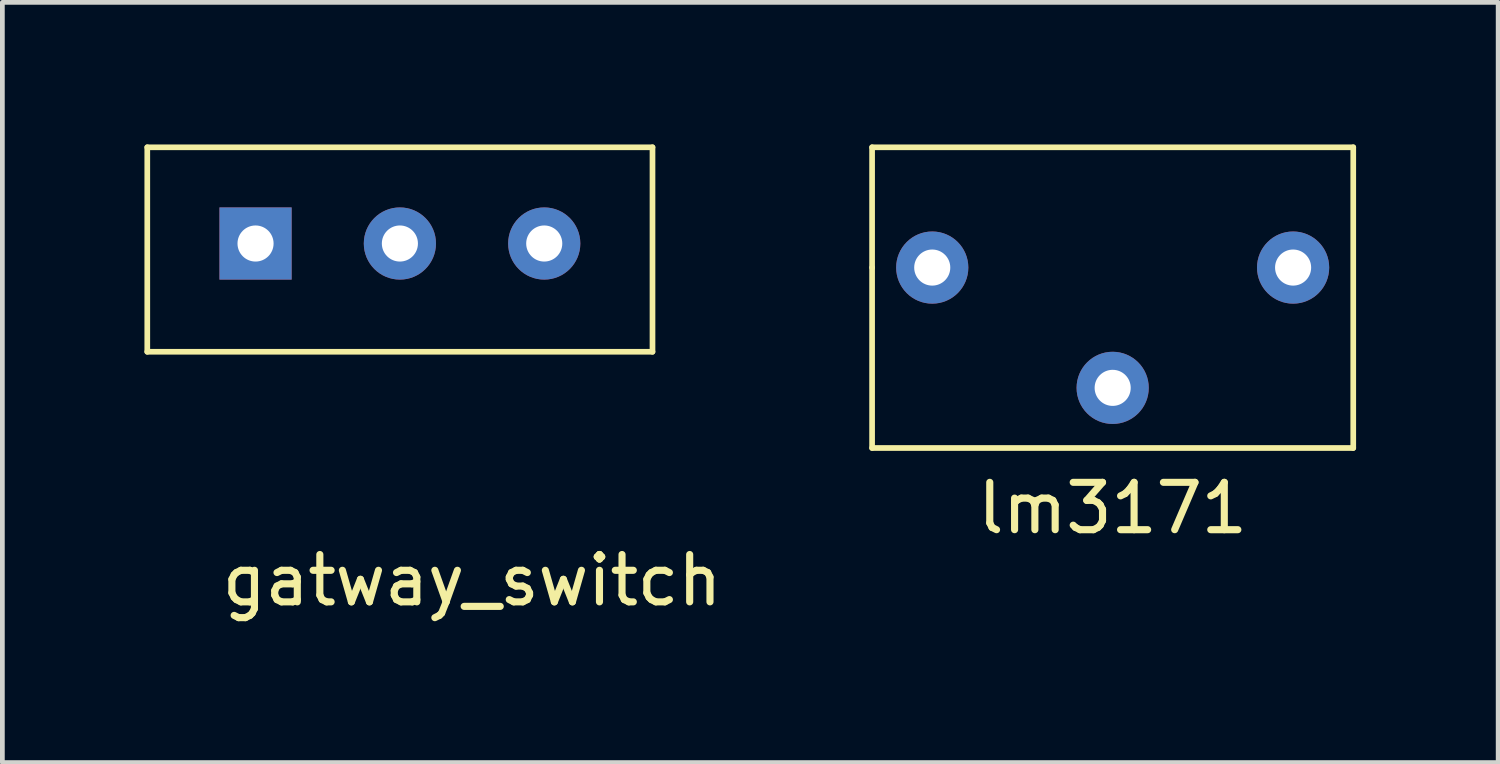
<source format=kicad_pcb>
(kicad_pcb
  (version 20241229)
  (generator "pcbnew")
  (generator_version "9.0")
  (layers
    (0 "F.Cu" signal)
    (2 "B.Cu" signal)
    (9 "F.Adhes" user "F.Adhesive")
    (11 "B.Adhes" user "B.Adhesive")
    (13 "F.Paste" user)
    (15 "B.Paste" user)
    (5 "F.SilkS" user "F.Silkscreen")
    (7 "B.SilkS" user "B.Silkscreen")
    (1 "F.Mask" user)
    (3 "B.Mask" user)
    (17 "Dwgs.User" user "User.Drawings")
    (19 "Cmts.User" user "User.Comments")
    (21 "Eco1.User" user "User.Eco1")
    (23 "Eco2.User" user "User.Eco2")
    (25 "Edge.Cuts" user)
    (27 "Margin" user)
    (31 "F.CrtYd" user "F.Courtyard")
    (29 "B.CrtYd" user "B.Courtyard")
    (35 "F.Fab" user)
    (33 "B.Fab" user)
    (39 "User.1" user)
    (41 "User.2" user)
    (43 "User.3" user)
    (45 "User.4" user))
  (footprint "lm3171"
    (layer "F.Cu")
    (at 20.445 2.6)
    (property "Reference" "lm3171" (at 0 5.08 0) (layer "F.SilkS") (effects (font (size 1 1) (thickness 0.15))))
    (attr through_hole)
    (fp_line (start -5.08 -2.54) (end 5.08 -2.54) (stroke (width 0.12) (type solid)) (layer "F.SilkS"))
    (fp_line (start -5.08 0) (end -5.08 -2.54) (stroke (width 0.12) (type solid)) (layer "F.SilkS"))
    (fp_line (start -5.08 3.81) (end -5.08 0) (stroke (width 0.12) (type solid)) (layer "F.SilkS"))
    (fp_line (start 5.08 -2.54) (end 5.08 3.81) (stroke (width 0.12) (type solid)) (layer "F.SilkS"))
    (fp_line (start 5.08 3.81) (end -5.08 3.81) (stroke (width 0.12) (type solid)) (layer "F.SilkS"))
    (pad "1" thru_hole circle (at -3.81 0) (size 1.524 1.524) (drill 0.762) (layers "*.Cu" "*.Mask"))
    (pad "2" thru_hole circle (at 3.81 0) (size 1.524 1.524) (drill 0.762) (layers "*.Cu" "*.Mask"))
    (pad "3" thru_hole circle (at 0 2.54) (size 1.524 1.524) (drill 0.762) (layers "*.Cu" "*.Mask")))
  (footprint "gatway_switch"
    (layer "F.Cu")
    (at 6.918 2.6)
    (property "Reference" "gatway_switch" (at 0 6.604 0) (layer "F.SilkS") (effects (font (size 1 1) (thickness 0.15))))
    (attr through_hole)
    (fp_line (start -6.858 -2.54) (end 3.81 -2.54) (stroke (width 0.12) (type solid)) (layer "F.SilkS"))
    (fp_line (start -6.858 1.778) (end -6.858 -2.54) (stroke (width 0.12) (type solid)) (layer "F.SilkS"))
    (fp_line (start 3.81 -2.54) (end 3.81 1.778) (stroke (width 0.12) (type solid)) (layer "F.SilkS"))
    (fp_line (start 3.81 1.778) (end -6.858 1.778) (stroke (width 0.12) (type solid)) (layer "F.SilkS"))
    (pad "1" thru_hole trapezoid (at -4.572 -0.508) (size 1.524 1.524) (drill 0.762) (layers "*.Cu" "*.Mask"))
    (pad "2" thru_hole circle (at -1.524 -0.508) (size 1.524 1.524) (drill 0.762) (layers "*.Cu" "*.Mask"))
    (pad "3" thru_hole circle (at 1.524 -0.508) (size 1.524 1.524) (drill 0.762) (layers "*.Cu" "*.Mask")))
  (gr_rect
    (start -3 -3)
    (end 28.585 13.052)
    (stroke (width 0.1) (type default))
    (fill no)
    (layer "Edge.Cuts")))
</source>
